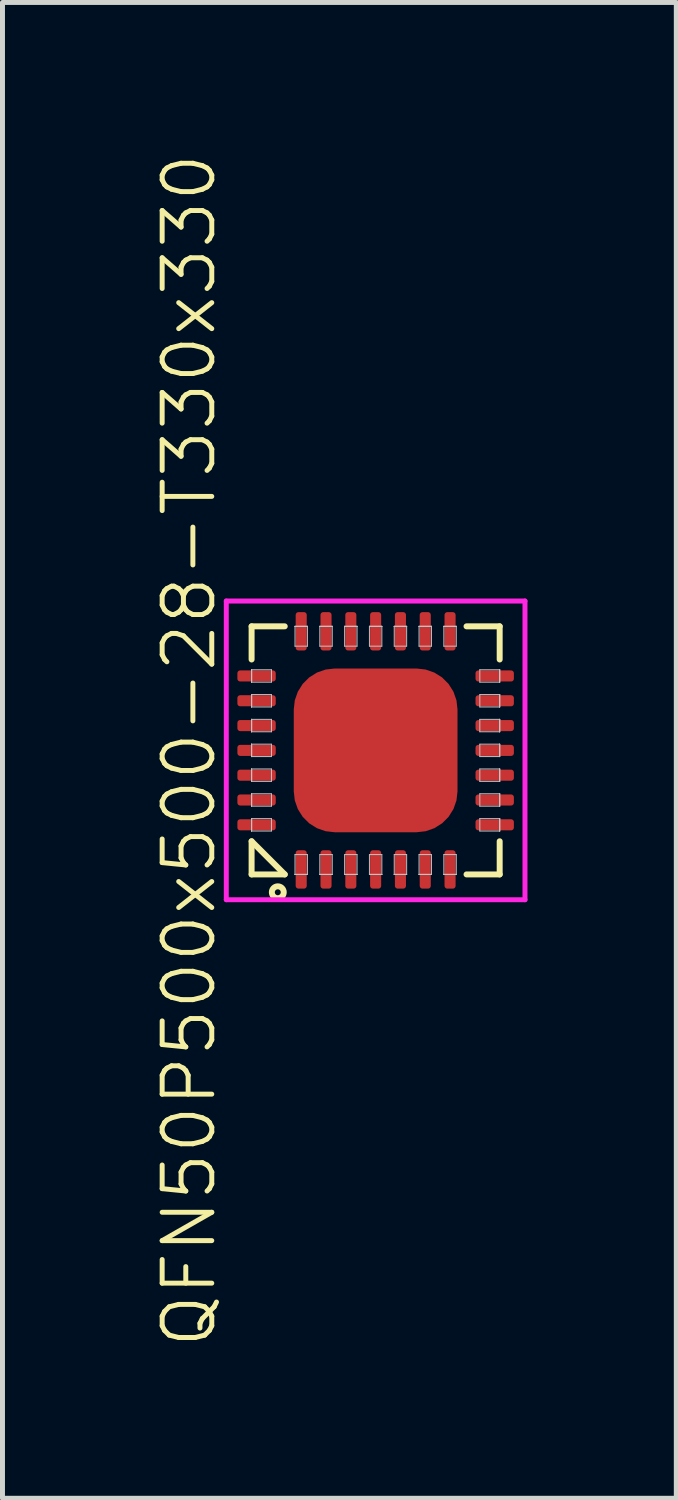
<source format=kicad_pcb>
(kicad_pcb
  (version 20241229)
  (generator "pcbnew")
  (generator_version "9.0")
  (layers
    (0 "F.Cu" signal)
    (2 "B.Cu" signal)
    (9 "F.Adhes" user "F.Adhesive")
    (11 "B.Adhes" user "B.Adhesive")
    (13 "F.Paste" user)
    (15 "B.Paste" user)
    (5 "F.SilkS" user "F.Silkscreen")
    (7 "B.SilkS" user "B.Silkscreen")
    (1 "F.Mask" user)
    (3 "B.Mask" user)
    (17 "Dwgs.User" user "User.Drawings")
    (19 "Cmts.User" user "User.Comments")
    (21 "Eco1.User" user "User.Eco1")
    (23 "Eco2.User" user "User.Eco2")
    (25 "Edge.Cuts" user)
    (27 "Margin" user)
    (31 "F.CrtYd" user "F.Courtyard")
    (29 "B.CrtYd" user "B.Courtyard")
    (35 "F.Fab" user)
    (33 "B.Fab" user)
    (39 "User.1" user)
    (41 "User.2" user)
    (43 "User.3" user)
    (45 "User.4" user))
  (footprint "QFN50P500x500-28-T330x330"
    (layer "F.Cu")
    (at 4.521 12.074)
    (property "Reference" "QFN50P500x500-28-T330x330" (at -3.76 0 90) (layer "F.SilkS") (effects (font (size 1 1) (thickness 0.1))))
    (attr through_hole)
    (fp_line (start -2.5 -2.5) (end -2.5 -1.832) (stroke (width 0.12) (type solid)) (layer "F.SilkS"))
    (fp_line (start -2.5 -2.5) (end -1.832 -2.5) (stroke (width 0.12) (type solid)) (layer "F.SilkS"))
    (fp_line (start -2.5 1.832) (end -1.832 2.5) (stroke (width 0.12) (type solid)) (layer "F.SilkS"))
    (fp_line (start -2.5 2.5) (end -2.5 1.832) (stroke (width 0.12) (type solid)) (layer "F.SilkS"))
    (fp_line (start -2.5 2.5) (end -1.832 2.5) (stroke (width 0.12) (type solid)) (layer "F.SilkS"))
    (fp_line (start 2.5 -2.5) (end 1.832 -2.5) (stroke (width 0.12) (type solid)) (layer "F.SilkS"))
    (fp_line (start 2.5 -2.5) (end 2.5 -1.832) (stroke (width 0.12) (type solid)) (layer "F.SilkS"))
    (fp_line (start 2.5 2.5) (end 1.832 2.5) (stroke (width 0.12) (type solid)) (layer "F.SilkS"))
    (fp_line (start 2.5 2.5) (end 2.5 1.832) (stroke (width 0.12) (type solid)) (layer "F.SilkS"))
    (fp_circle (center -1.972 2.86) (end -1.852 2.86) (stroke (width 0.12) (type solid)) (fill no) (layer "F.SilkS"))
    (fp_line (start -2.5 -1.625) (end -2.5 -1.625) (stroke (width 0.02) (type solid)) (layer "Dwgs.User"))
    (fp_line (start -2.5 -1.625) (end -2.5 -1.375) (stroke (width 0.02) (type solid)) (layer "Dwgs.User"))
    (fp_line (start -2.5 -1.625) (end -2.1 -1.625) (stroke (width 0.02) (type solid)) (layer "Dwgs.User"))
    (fp_line (start -2.5 -1.375) (end -2.5 -1.625) (stroke (width 0.02) (type solid)) (layer "Dwgs.User"))
    (fp_line (start -2.5 -1.375) (end -2.5 -1.625) (stroke (width 0.02) (type solid)) (layer "Dwgs.User"))
    (fp_line (start -2.5 -1.375) (end -2.5 -1.375) (stroke (width 0.02) (type solid)) (layer "Dwgs.User"))
    (fp_line (start -2.5 -1.125) (end -2.5 -1.125) (stroke (width 0.02) (type solid)) (layer "Dwgs.User"))
    (fp_line (start -2.5 -1.125) (end -2.5 -0.875) (stroke (width 0.02) (type solid)) (layer "Dwgs.User"))
    (fp_line (start -2.5 -1.125) (end -2.1 -1.125) (stroke (width 0.02) (type solid)) (layer "Dwgs.User"))
    (fp_line (start -2.5 -0.875) (end -2.5 -1.125) (stroke (width 0.02) (type solid)) (layer "Dwgs.User"))
    (fp_line (start -2.5 -0.875) (end -2.5 -1.125) (stroke (width 0.02) (type solid)) (layer "Dwgs.User"))
    (fp_line (start -2.5 -0.875) (end -2.5 -0.875) (stroke (width 0.02) (type solid)) (layer "Dwgs.User"))
    (fp_line (start -2.5 -0.625) (end -2.5 -0.625) (stroke (width 0.02) (type solid)) (layer "Dwgs.User"))
    (fp_line (start -2.5 -0.625) (end -2.5 -0.375) (stroke (width 0.02) (type solid)) (layer "Dwgs.User"))
    (fp_line (start -2.5 -0.625) (end -2.1 -0.625) (stroke (width 0.02) (type solid)) (layer "Dwgs.User"))
    (fp_line (start -2.5 -0.375) (end -2.5 -0.625) (stroke (width 0.02) (type solid)) (layer "Dwgs.User"))
    (fp_line (start -2.5 -0.375) (end -2.5 -0.625) (stroke (width 0.02) (type solid)) (layer "Dwgs.User"))
    (fp_line (start -2.5 -0.375) (end -2.5 -0.375) (stroke (width 0.02) (type solid)) (layer "Dwgs.User"))
    (fp_line (start -2.5 -0.125) (end -2.5 -0.125) (stroke (width 0.02) (type solid)) (layer "Dwgs.User"))
    (fp_line (start -2.5 -0.125) (end -2.5 0.125) (stroke (width 0.02) (type solid)) (layer "Dwgs.User"))
    (fp_line (start -2.5 -0.125) (end -2.1 -0.125) (stroke (width 0.02) (type solid)) (layer "Dwgs.User"))
    (fp_line (start -2.5 0.125) (end -2.5 -0.125) (stroke (width 0.02) (type solid)) (layer "Dwgs.User"))
    (fp_line (start -2.5 0.125) (end -2.5 -0.125) (stroke (width 0.02) (type solid)) (layer "Dwgs.User"))
    (fp_line (start -2.5 0.125) (end -2.5 0.125) (stroke (width 0.02) (type solid)) (layer "Dwgs.User"))
    (fp_line (start -2.5 0.375) (end -2.5 0.375) (stroke (width 0.02) (type solid)) (layer "Dwgs.User"))
    (fp_line (start -2.5 0.375) (end -2.5 0.625) (stroke (width 0.02) (type solid)) (layer "Dwgs.User"))
    (fp_line (start -2.5 0.375) (end -2.1 0.375) (stroke (width 0.02) (type solid)) (layer "Dwgs.User"))
    (fp_line (start -2.5 0.625) (end -2.5 0.375) (stroke (width 0.02) (type solid)) (layer "Dwgs.User"))
    (fp_line (start -2.5 0.625) (end -2.5 0.375) (stroke (width 0.02) (type solid)) (layer "Dwgs.User"))
    (fp_line (start -2.5 0.625) (end -2.5 0.625) (stroke (width 0.02) (type solid)) (layer "Dwgs.User"))
    (fp_line (start -2.5 0.875) (end -2.5 0.875) (stroke (width 0.02) (type solid)) (layer "Dwgs.User"))
    (fp_line (start -2.5 0.875) (end -2.5 1.125) (stroke (width 0.02) (type solid)) (layer "Dwgs.User"))
    (fp_line (start -2.5 0.875) (end -2.1 0.875) (stroke (width 0.02) (type solid)) (layer "Dwgs.User"))
    (fp_line (start -2.5 1.125) (end -2.5 0.875) (stroke (width 0.02) (type solid)) (layer "Dwgs.User"))
    (fp_line (start -2.5 1.125) (end -2.5 0.875) (stroke (width 0.02) (type solid)) (layer "Dwgs.User"))
    (fp_line (start -2.5 1.125) (end -2.5 1.125) (stroke (width 0.02) (type solid)) (layer "Dwgs.User"))
    (fp_line (start -2.5 1.375) (end -2.5 1.375) (stroke (width 0.02) (type solid)) (layer "Dwgs.User"))
    (fp_line (start -2.5 1.375) (end -2.5 1.625) (stroke (width 0.02) (type solid)) (layer "Dwgs.User"))
    (fp_line (start -2.5 1.375) (end -2.1 1.375) (stroke (width 0.02) (type solid)) (layer "Dwgs.User"))
    (fp_line (start -2.5 1.625) (end -2.5 1.375) (stroke (width 0.02) (type solid)) (layer "Dwgs.User"))
    (fp_line (start -2.5 1.625) (end -2.5 1.375) (stroke (width 0.02) (type solid)) (layer "Dwgs.User"))
    (fp_line (start -2.5 1.625) (end -2.5 1.625) (stroke (width 0.02) (type solid)) (layer "Dwgs.User"))
    (fp_line (start -2.1 -1.625) (end -2.1 -1.375) (stroke (width 0.02) (type solid)) (layer "Dwgs.User"))
    (fp_line (start -2.1 -1.375) (end -2.5 -1.375) (stroke (width 0.02) (type solid)) (layer "Dwgs.User"))
    (fp_line (start -2.1 -1.125) (end -2.1 -0.875) (stroke (width 0.02) (type solid)) (layer "Dwgs.User"))
    (fp_line (start -2.1 -0.875) (end -2.5 -0.875) (stroke (width 0.02) (type solid)) (layer "Dwgs.User"))
    (fp_line (start -2.1 -0.625) (end -2.1 -0.375) (stroke (width 0.02) (type solid)) (layer "Dwgs.User"))
    (fp_line (start -2.1 -0.375) (end -2.5 -0.375) (stroke (width 0.02) (type solid)) (layer "Dwgs.User"))
    (fp_line (start -2.1 -0.125) (end -2.1 0.125) (stroke (width 0.02) (type solid)) (layer "Dwgs.User"))
    (fp_line (start -2.1 0.125) (end -2.5 0.125) (stroke (width 0.02) (type solid)) (layer "Dwgs.User"))
    (fp_line (start -2.1 0.375) (end -2.1 0.625) (stroke (width 0.02) (type solid)) (layer "Dwgs.User"))
    (fp_line (start -2.1 0.625) (end -2.5 0.625) (stroke (width 0.02) (type solid)) (layer "Dwgs.User"))
    (fp_line (start -2.1 0.875) (end -2.1 1.125) (stroke (width 0.02) (type solid)) (layer "Dwgs.User"))
    (fp_line (start -2.1 1.125) (end -2.5 1.125) (stroke (width 0.02) (type solid)) (layer "Dwgs.User"))
    (fp_line (start -2.1 1.375) (end -2.1 1.625) (stroke (width 0.02) (type solid)) (layer "Dwgs.User"))
    (fp_line (start -2.1 1.625) (end -2.5 1.625) (stroke (width 0.02) (type solid)) (layer "Dwgs.User"))
    (fp_line (start -1.625 -2.5) (end -1.625 -2.5) (stroke (width 0.02) (type solid)) (layer "Dwgs.User"))
    (fp_line (start -1.625 -2.5) (end -1.375 -2.5) (stroke (width 0.02) (type solid)) (layer "Dwgs.User"))
    (fp_line (start -1.625 -2.5) (end -1.375 -2.5) (stroke (width 0.02) (type solid)) (layer "Dwgs.User"))
    (fp_line (start -1.625 -2.1) (end -1.625 -2.5) (stroke (width 0.02) (type solid)) (layer "Dwgs.User"))
    (fp_line (start -1.625 2.1) (end -1.625 2.5) (stroke (width 0.02) (type solid)) (layer "Dwgs.User"))
    (fp_line (start -1.625 2.5) (end -1.625 2.5) (stroke (width 0.02) (type solid)) (layer "Dwgs.User"))
    (fp_line (start -1.625 2.5) (end -1.375 2.5) (stroke (width 0.02) (type solid)) (layer "Dwgs.User"))
    (fp_line (start -1.625 2.5) (end -1.375 2.5) (stroke (width 0.02) (type solid)) (layer "Dwgs.User"))
    (fp_line (start -1.375 -2.5) (end -1.625 -2.5) (stroke (width 0.02) (type solid)) (layer "Dwgs.User"))
    (fp_line (start -1.375 -2.5) (end -1.375 -2.5) (stroke (width 0.02) (type solid)) (layer "Dwgs.User"))
    (fp_line (start -1.375 -2.5) (end -1.375 -2.1) (stroke (width 0.02) (type solid)) (layer "Dwgs.User"))
    (fp_line (start -1.375 -2.1) (end -1.625 -2.1) (stroke (width 0.02) (type solid)) (layer "Dwgs.User"))
    (fp_line (start -1.375 2.1) (end -1.625 2.1) (stroke (width 0.02) (type solid)) (layer "Dwgs.User"))
    (fp_line (start -1.375 2.5) (end -1.625 2.5) (stroke (width 0.02) (type solid)) (layer "Dwgs.User"))
    (fp_line (start -1.375 2.5) (end -1.375 2.1) (stroke (width 0.02) (type solid)) (layer "Dwgs.User"))
    (fp_line (start -1.375 2.5) (end -1.375 2.5) (stroke (width 0.02) (type solid)) (layer "Dwgs.User"))
    (fp_line (start -1.125 -2.5) (end -1.125 -2.5) (stroke (width 0.02) (type solid)) (layer "Dwgs.User"))
    (fp_line (start -1.125 -2.5) (end -0.875 -2.5) (stroke (width 0.02) (type solid)) (layer "Dwgs.User"))
    (fp_line (start -1.125 -2.5) (end -0.875 -2.5) (stroke (width 0.02) (type solid)) (layer "Dwgs.User"))
    (fp_line (start -1.125 -2.1) (end -1.125 -2.5) (stroke (width 0.02) (type solid)) (layer "Dwgs.User"))
    (fp_line (start -1.125 2.1) (end -1.125 2.5) (stroke (width 0.02) (type solid)) (layer "Dwgs.User"))
    (fp_line (start -1.125 2.5) (end -1.125 2.5) (stroke (width 0.02) (type solid)) (layer "Dwgs.User"))
    (fp_line (start -1.125 2.5) (end -0.875 2.5) (stroke (width 0.02) (type solid)) (layer "Dwgs.User"))
    (fp_line (start -1.125 2.5) (end -0.875 2.5) (stroke (width 0.02) (type solid)) (layer "Dwgs.User"))
    (fp_line (start -0.875 -2.5) (end -1.125 -2.5) (stroke (width 0.02) (type solid)) (layer "Dwgs.User"))
    (fp_line (start -0.875 -2.5) (end -0.875 -2.5) (stroke (width 0.02) (type solid)) (layer "Dwgs.User"))
    (fp_line (start -0.875 -2.5) (end -0.875 -2.1) (stroke (width 0.02) (type solid)) (layer "Dwgs.User"))
    (fp_line (start -0.875 -2.1) (end -1.125 -2.1) (stroke (width 0.02) (type solid)) (layer "Dwgs.User"))
    (fp_line (start -0.875 2.1) (end -1.125 2.1) (stroke (width 0.02) (type solid)) (layer "Dwgs.User"))
    (fp_line (start -0.875 2.5) (end -1.125 2.5) (stroke (width 0.02) (type solid)) (layer "Dwgs.User"))
    (fp_line (start -0.875 2.5) (end -0.875 2.1) (stroke (width 0.02) (type solid)) (layer "Dwgs.User"))
    (fp_line (start -0.875 2.5) (end -0.875 2.5) (stroke (width 0.02) (type solid)) (layer "Dwgs.User"))
    (fp_line (start -0.625 -2.5) (end -0.625 -2.5) (stroke (width 0.02) (type solid)) (layer "Dwgs.User"))
    (fp_line (start -0.625 -2.5) (end -0.375 -2.5) (stroke (width 0.02) (type solid)) (layer "Dwgs.User"))
    (fp_line (start -0.625 -2.5) (end -0.375 -2.5) (stroke (width 0.02) (type solid)) (layer "Dwgs.User"))
    (fp_line (start -0.625 -2.1) (end -0.625 -2.5) (stroke (width 0.02) (type solid)) (layer "Dwgs.User"))
    (fp_line (start -0.625 2.1) (end -0.625 2.5) (stroke (width 0.02) (type solid)) (layer "Dwgs.User"))
    (fp_line (start -0.625 2.5) (end -0.625 2.5) (stroke (width 0.02) (type solid)) (layer "Dwgs.User"))
    (fp_line (start -0.625 2.5) (end -0.375 2.5) (stroke (width 0.02) (type solid)) (layer "Dwgs.User"))
    (fp_line (start -0.625 2.5) (end -0.375 2.5) (stroke (width 0.02) (type solid)) (layer "Dwgs.User"))
    (fp_line (start -0.375 -2.5) (end -0.625 -2.5) (stroke (width 0.02) (type solid)) (layer "Dwgs.User"))
    (fp_line (start -0.375 -2.5) (end -0.375 -2.5) (stroke (width 0.02) (type solid)) (layer "Dwgs.User"))
    (fp_line (start -0.375 -2.5) (end -0.375 -2.1) (stroke (width 0.02) (type solid)) (layer "Dwgs.User"))
    (fp_line (start -0.375 -2.1) (end -0.625 -2.1) (stroke (width 0.02) (type solid)) (layer "Dwgs.User"))
    (fp_line (start -0.375 2.1) (end -0.625 2.1) (stroke (width 0.02) (type solid)) (layer "Dwgs.User"))
    (fp_line (start -0.375 2.5) (end -0.625 2.5) (stroke (width 0.02) (type solid)) (layer "Dwgs.User"))
    (fp_line (start -0.375 2.5) (end -0.375 2.1) (stroke (width 0.02) (type solid)) (layer "Dwgs.User"))
    (fp_line (start -0.375 2.5) (end -0.375 2.5) (stroke (width 0.02) (type solid)) (layer "Dwgs.User"))
    (fp_line (start -0.125 -2.5) (end -0.125 -2.5) (stroke (width 0.02) (type solid)) (layer "Dwgs.User"))
    (fp_line (start -0.125 -2.5) (end 0.125 -2.5) (stroke (width 0.02) (type solid)) (layer "Dwgs.User"))
    (fp_line (start -0.125 -2.5) (end 0.125 -2.5) (stroke (width 0.02) (type solid)) (layer "Dwgs.User"))
    (fp_line (start -0.125 -2.1) (end -0.125 -2.5) (stroke (width 0.02) (type solid)) (layer "Dwgs.User"))
    (fp_line (start -0.125 2.1) (end -0.125 2.5) (stroke (width 0.02) (type solid)) (layer "Dwgs.User"))
    (fp_line (start -0.125 2.5) (end -0.125 2.5) (stroke (width 0.02) (type solid)) (layer "Dwgs.User"))
    (fp_line (start -0.125 2.5) (end 0.125 2.5) (stroke (width 0.02) (type solid)) (layer "Dwgs.User"))
    (fp_line (start -0.125 2.5) (end 0.125 2.5) (stroke (width 0.02) (type solid)) (layer "Dwgs.User"))
    (fp_line (start 0.125 -2.5) (end -0.125 -2.5) (stroke (width 0.02) (type solid)) (layer "Dwgs.User"))
    (fp_line (start 0.125 -2.5) (end 0.125 -2.5) (stroke (width 0.02) (type solid)) (layer "Dwgs.User"))
    (fp_line (start 0.125 -2.5) (end 0.125 -2.1) (stroke (width 0.02) (type solid)) (layer "Dwgs.User"))
    (fp_line (start 0.125 -2.1) (end -0.125 -2.1) (stroke (width 0.02) (type solid)) (layer "Dwgs.User"))
    (fp_line (start 0.125 2.1) (end -0.125 2.1) (stroke (width 0.02) (type solid)) (layer "Dwgs.User"))
    (fp_line (start 0.125 2.5) (end -0.125 2.5) (stroke (width 0.02) (type solid)) (layer "Dwgs.User"))
    (fp_line (start 0.125 2.5) (end 0.125 2.1) (stroke (width 0.02) (type solid)) (layer "Dwgs.User"))
    (fp_line (start 0.125 2.5) (end 0.125 2.5) (stroke (width 0.02) (type solid)) (layer "Dwgs.User"))
    (fp_line (start 0.375 -2.5) (end 0.375 -2.5) (stroke (width 0.02) (type solid)) (layer "Dwgs.User"))
    (fp_line (start 0.375 -2.5) (end 0.625 -2.5) (stroke (width 0.02) (type solid)) (layer "Dwgs.User"))
    (fp_line (start 0.375 -2.5) (end 0.625 -2.5) (stroke (width 0.02) (type solid)) (layer "Dwgs.User"))
    (fp_line (start 0.375 -2.1) (end 0.375 -2.5) (stroke (width 0.02) (type solid)) (layer "Dwgs.User"))
    (fp_line (start 0.375 2.1) (end 0.375 2.5) (stroke (width 0.02) (type solid)) (layer "Dwgs.User"))
    (fp_line (start 0.375 2.5) (end 0.375 2.5) (stroke (width 0.02) (type solid)) (layer "Dwgs.User"))
    (fp_line (start 0.375 2.5) (end 0.625 2.5) (stroke (width 0.02) (type solid)) (layer "Dwgs.User"))
    (fp_line (start 0.375 2.5) (end 0.625 2.5) (stroke (width 0.02) (type solid)) (layer "Dwgs.User"))
    (fp_line (start 0.625 -2.5) (end 0.375 -2.5) (stroke (width 0.02) (type solid)) (layer "Dwgs.User"))
    (fp_line (start 0.625 -2.5) (end 0.625 -2.5) (stroke (width 0.02) (type solid)) (layer "Dwgs.User"))
    (fp_line (start 0.625 -2.5) (end 0.625 -2.1) (stroke (width 0.02) (type solid)) (layer "Dwgs.User"))
    (fp_line (start 0.625 -2.1) (end 0.375 -2.1) (stroke (width 0.02) (type solid)) (layer "Dwgs.User"))
    (fp_line (start 0.625 2.1) (end 0.375 2.1) (stroke (width 0.02) (type solid)) (layer "Dwgs.User"))
    (fp_line (start 0.625 2.5) (end 0.375 2.5) (stroke (width 0.02) (type solid)) (layer "Dwgs.User"))
    (fp_line (start 0.625 2.5) (end 0.625 2.1) (stroke (width 0.02) (type solid)) (layer "Dwgs.User"))
    (fp_line (start 0.625 2.5) (end 0.625 2.5) (stroke (width 0.02) (type solid)) (layer "Dwgs.User"))
    (fp_line (start 0.875 -2.5) (end 0.875 -2.5) (stroke (width 0.02) (type solid)) (layer "Dwgs.User"))
    (fp_line (start 0.875 -2.5) (end 1.125 -2.5) (stroke (width 0.02) (type solid)) (layer "Dwgs.User"))
    (fp_line (start 0.875 -2.5) (end 1.125 -2.5) (stroke (width 0.02) (type solid)) (layer "Dwgs.User"))
    (fp_line (start 0.875 -2.1) (end 0.875 -2.5) (stroke (width 0.02) (type solid)) (layer "Dwgs.User"))
    (fp_line (start 0.875 2.1) (end 0.875 2.5) (stroke (width 0.02) (type solid)) (layer "Dwgs.User"))
    (fp_line (start 0.875 2.5) (end 0.875 2.5) (stroke (width 0.02) (type solid)) (layer "Dwgs.User"))
    (fp_line (start 0.875 2.5) (end 1.125 2.5) (stroke (width 0.02) (type solid)) (layer "Dwgs.User"))
    (fp_line (start 0.875 2.5) (end 1.125 2.5) (stroke (width 0.02) (type solid)) (layer "Dwgs.User"))
    (fp_line (start 1.125 -2.5) (end 0.875 -2.5) (stroke (width 0.02) (type solid)) (layer "Dwgs.User"))
    (fp_line (start 1.125 -2.5) (end 1.125 -2.5) (stroke (width 0.02) (type solid)) (layer "Dwgs.User"))
    (fp_line (start 1.125 -2.5) (end 1.125 -2.1) (stroke (width 0.02) (type solid)) (layer "Dwgs.User"))
    (fp_line (start 1.125 -2.1) (end 0.875 -2.1) (stroke (width 0.02) (type solid)) (layer "Dwgs.User"))
    (fp_line (start 1.125 2.1) (end 0.875 2.1) (stroke (width 0.02) (type solid)) (layer "Dwgs.User"))
    (fp_line (start 1.125 2.5) (end 0.875 2.5) (stroke (width 0.02) (type solid)) (layer "Dwgs.User"))
    (fp_line (start 1.125 2.5) (end 1.125 2.1) (stroke (width 0.02) (type solid)) (layer "Dwgs.User"))
    (fp_line (start 1.125 2.5) (end 1.125 2.5) (stroke (width 0.02) (type solid)) (layer "Dwgs.User"))
    (fp_line (start 1.375 -2.5) (end 1.375 -2.5) (stroke (width 0.02) (type solid)) (layer "Dwgs.User"))
    (fp_line (start 1.375 -2.5) (end 1.625 -2.5) (stroke (width 0.02) (type solid)) (layer "Dwgs.User"))
    (fp_line (start 1.375 -2.5) (end 1.625 -2.5) (stroke (width 0.02) (type solid)) (layer "Dwgs.User"))
    (fp_line (start 1.375 -2.1) (end 1.375 -2.5) (stroke (width 0.02) (type solid)) (layer "Dwgs.User"))
    (fp_line (start 1.375 2.1) (end 1.375 2.5) (stroke (width 0.02) (type solid)) (layer "Dwgs.User"))
    (fp_line (start 1.375 2.5) (end 1.375 2.5) (stroke (width 0.02) (type solid)) (layer "Dwgs.User"))
    (fp_line (start 1.375 2.5) (end 1.625 2.5) (stroke (width 0.02) (type solid)) (layer "Dwgs.User"))
    (fp_line (start 1.375 2.5) (end 1.625 2.5) (stroke (width 0.02) (type solid)) (layer "Dwgs.User"))
    (fp_line (start 1.625 -2.5) (end 1.375 -2.5) (stroke (width 0.02) (type solid)) (layer "Dwgs.User"))
    (fp_line (start 1.625 -2.5) (end 1.625 -2.5) (stroke (width 0.02) (type solid)) (layer "Dwgs.User"))
    (fp_line (start 1.625 -2.5) (end 1.625 -2.1) (stroke (width 0.02) (type solid)) (layer "Dwgs.User"))
    (fp_line (start 1.625 -2.1) (end 1.375 -2.1) (stroke (width 0.02) (type solid)) (layer "Dwgs.User"))
    (fp_line (start 1.625 2.1) (end 1.375 2.1) (stroke (width 0.02) (type solid)) (layer "Dwgs.User"))
    (fp_line (start 1.625 2.5) (end 1.375 2.5) (stroke (width 0.02) (type solid)) (layer "Dwgs.User"))
    (fp_line (start 1.625 2.5) (end 1.625 2.1) (stroke (width 0.02) (type solid)) (layer "Dwgs.User"))
    (fp_line (start 1.625 2.5) (end 1.625 2.5) (stroke (width 0.02) (type solid)) (layer "Dwgs.User"))
    (fp_line (start 2.1 -1.625) (end 2.1 -1.375) (stroke (width 0.02) (type solid)) (layer "Dwgs.User"))
    (fp_line (start 2.1 -1.375) (end 2.5 -1.375) (stroke (width 0.02) (type solid)) (layer "Dwgs.User"))
    (fp_line (start 2.1 -1.125) (end 2.1 -0.875) (stroke (width 0.02) (type solid)) (layer "Dwgs.User"))
    (fp_line (start 2.1 -0.875) (end 2.5 -0.875) (stroke (width 0.02) (type solid)) (layer "Dwgs.User"))
    (fp_line (start 2.1 -0.625) (end 2.1 -0.375) (stroke (width 0.02) (type solid)) (layer "Dwgs.User"))
    (fp_line (start 2.1 -0.375) (end 2.5 -0.375) (stroke (width 0.02) (type solid)) (layer "Dwgs.User"))
    (fp_line (start 2.1 -0.125) (end 2.1 0.125) (stroke (width 0.02) (type solid)) (layer "Dwgs.User"))
    (fp_line (start 2.1 0.125) (end 2.5 0.125) (stroke (width 0.02) (type solid)) (layer "Dwgs.User"))
    (fp_line (start 2.1 0.375) (end 2.1 0.625) (stroke (width 0.02) (type solid)) (layer "Dwgs.User"))
    (fp_line (start 2.1 0.625) (end 2.5 0.625) (stroke (width 0.02) (type solid)) (layer "Dwgs.User"))
    (fp_line (start 2.1 0.875) (end 2.1 1.125) (stroke (width 0.02) (type solid)) (layer "Dwgs.User"))
    (fp_line (start 2.1 1.125) (end 2.5 1.125) (stroke (width 0.02) (type solid)) (layer "Dwgs.User"))
    (fp_line (start 2.1 1.375) (end 2.1 1.625) (stroke (width 0.02) (type solid)) (layer "Dwgs.User"))
    (fp_line (start 2.1 1.625) (end 2.5 1.625) (stroke (width 0.02) (type solid)) (layer "Dwgs.User"))
    (fp_line (start 2.5 -1.625) (end 2.1 -1.625) (stroke (width 0.02) (type solid)) (layer "Dwgs.User"))
    (fp_line (start 2.5 -1.625) (end 2.5 -1.625) (stroke (width 0.02) (type solid)) (layer "Dwgs.User"))
    (fp_line (start 2.5 -1.625) (end 2.5 -1.375) (stroke (width 0.02) (type solid)) (layer "Dwgs.User"))
    (fp_line (start 2.5 -1.375) (end 2.5 -1.625) (stroke (width 0.02) (type solid)) (layer "Dwgs.User"))
    (fp_line (start 2.5 -1.375) (end 2.5 -1.625) (stroke (width 0.02) (type solid)) (layer "Dwgs.User"))
    (fp_line (start 2.5 -1.375) (end 2.5 -1.375) (stroke (width 0.02) (type solid)) (layer "Dwgs.User"))
    (fp_line (start 2.5 -1.125) (end 2.1 -1.125) (stroke (width 0.02) (type solid)) (layer "Dwgs.User"))
    (fp_line (start 2.5 -1.125) (end 2.5 -1.125) (stroke (width 0.02) (type solid)) (layer "Dwgs.User"))
    (fp_line (start 2.5 -1.125) (end 2.5 -0.875) (stroke (width 0.02) (type solid)) (layer "Dwgs.User"))
    (fp_line (start 2.5 -0.875) (end 2.5 -1.125) (stroke (width 0.02) (type solid)) (layer "Dwgs.User"))
    (fp_line (start 2.5 -0.875) (end 2.5 -1.125) (stroke (width 0.02) (type solid)) (layer "Dwgs.User"))
    (fp_line (start 2.5 -0.875) (end 2.5 -0.875) (stroke (width 0.02) (type solid)) (layer "Dwgs.User"))
    (fp_line (start 2.5 -0.625) (end 2.1 -0.625) (stroke (width 0.02) (type solid)) (layer "Dwgs.User"))
    (fp_line (start 2.5 -0.625) (end 2.5 -0.625) (stroke (width 0.02) (type solid)) (layer "Dwgs.User"))
    (fp_line (start 2.5 -0.625) (end 2.5 -0.375) (stroke (width 0.02) (type solid)) (layer "Dwgs.User"))
    (fp_line (start 2.5 -0.375) (end 2.5 -0.625) (stroke (width 0.02) (type solid)) (layer "Dwgs.User"))
    (fp_line (start 2.5 -0.375) (end 2.5 -0.625) (stroke (width 0.02) (type solid)) (layer "Dwgs.User"))
    (fp_line (start 2.5 -0.375) (end 2.5 -0.375) (stroke (width 0.02) (type solid)) (layer "Dwgs.User"))
    (fp_line (start 2.5 -0.125) (end 2.1 -0.125) (stroke (width 0.02) (type solid)) (layer "Dwgs.User"))
    (fp_line (start 2.5 -0.125) (end 2.5 -0.125) (stroke (width 0.02) (type solid)) (layer "Dwgs.User"))
    (fp_line (start 2.5 -0.125) (end 2.5 0.125) (stroke (width 0.02) (type solid)) (layer "Dwgs.User"))
    (fp_line (start 2.5 0.125) (end 2.5 -0.125) (stroke (width 0.02) (type solid)) (layer "Dwgs.User"))
    (fp_line (start 2.5 0.125) (end 2.5 -0.125) (stroke (width 0.02) (type solid)) (layer "Dwgs.User"))
    (fp_line (start 2.5 0.125) (end 2.5 0.125) (stroke (width 0.02) (type solid)) (layer "Dwgs.User"))
    (fp_line (start 2.5 0.375) (end 2.1 0.375) (stroke (width 0.02) (type solid)) (layer "Dwgs.User"))
    (fp_line (start 2.5 0.375) (end 2.5 0.375) (stroke (width 0.02) (type solid)) (layer "Dwgs.User"))
    (fp_line (start 2.5 0.375) (end 2.5 0.625) (stroke (width 0.02) (type solid)) (layer "Dwgs.User"))
    (fp_line (start 2.5 0.625) (end 2.5 0.375) (stroke (width 0.02) (type solid)) (layer "Dwgs.User"))
    (fp_line (start 2.5 0.625) (end 2.5 0.375) (stroke (width 0.02) (type solid)) (layer "Dwgs.User"))
    (fp_line (start 2.5 0.625) (end 2.5 0.625) (stroke (width 0.02) (type solid)) (layer "Dwgs.User"))
    (fp_line (start 2.5 0.875) (end 2.1 0.875) (stroke (width 0.02) (type solid)) (layer "Dwgs.User"))
    (fp_line (start 2.5 0.875) (end 2.5 0.875) (stroke (width 0.02) (type solid)) (layer "Dwgs.User"))
    (fp_line (start 2.5 0.875) (end 2.5 1.125) (stroke (width 0.02) (type solid)) (layer "Dwgs.User"))
    (fp_line (start 2.5 1.125) (end 2.5 0.875) (stroke (width 0.02) (type solid)) (layer "Dwgs.User"))
    (fp_line (start 2.5 1.125) (end 2.5 0.875) (stroke (width 0.02) (type solid)) (layer "Dwgs.User"))
    (fp_line (start 2.5 1.125) (end 2.5 1.125) (stroke (width 0.02) (type solid)) (layer "Dwgs.User"))
    (fp_line (start 2.5 1.375) (end 2.1 1.375) (stroke (width 0.02) (type solid)) (layer "Dwgs.User"))
    (fp_line (start 2.5 1.375) (end 2.5 1.375) (stroke (width 0.02) (type solid)) (layer "Dwgs.User"))
    (fp_line (start 2.5 1.375) (end 2.5 1.625) (stroke (width 0.02) (type solid)) (layer "Dwgs.User"))
    (fp_line (start 2.5 1.625) (end 2.5 1.375) (stroke (width 0.02) (type solid)) (layer "Dwgs.User"))
    (fp_line (start 2.5 1.625) (end 2.5 1.375) (stroke (width 0.02) (type solid)) (layer "Dwgs.User"))
    (fp_line (start 2.5 1.625) (end 2.5 1.625) (stroke (width 0.02) (type solid)) (layer "Dwgs.User"))
    (fp_line (start -3.01 -3.01) (end -3.01 3.01) (stroke (width 0.1) (type solid)) (layer "F.CrtYd"))
    (fp_line (start -3.01 3.01) (end 3.01 3.01) (stroke (width 0.1) (type solid)) (layer "F.CrtYd"))
    (fp_line (start 3.01 -3.01) (end -3.01 -3.01) (stroke (width 0.1) (type solid)) (layer "F.CrtYd"))
    (fp_line (start 3.01 3.01) (end 3.01 -3.01) (stroke (width 0.1) (type solid)) (layer "F.CrtYd"))
    (pad "1" smd roundrect (at -1.5 2.4) (size 0.223 0.773) (layers "F.Cu" "F.Mask" "F.Paste") (roundrect_rratio 0.25))
    (pad "2" smd roundrect (at -1 2.4) (size 0.223 0.773) (layers "F.Cu" "F.Mask" "F.Paste") (roundrect_rratio 0.25))
    (pad "3" smd roundrect (at -0.5 2.4) (size 0.223 0.773) (layers "F.Cu" "F.Mask" "F.Paste") (roundrect_rratio 0.25))
    (pad "4" smd roundrect (at 0 2.4) (size 0.223 0.773) (layers "F.Cu" "F.Mask" "F.Paste") (roundrect_rratio 0.25))
    (pad "5" smd roundrect (at 0.5 2.4) (size 0.223 0.773) (layers "F.Cu" "F.Mask" "F.Paste") (roundrect_rratio 0.25))
    (pad "6" smd roundrect (at 1 2.4) (size 0.223 0.773) (layers "F.Cu" "F.Mask" "F.Paste") (roundrect_rratio 0.25))
    (pad "7" smd roundrect (at 1.5 2.4) (size 0.223 0.773) (layers "F.Cu" "F.Mask" "F.Paste") (roundrect_rratio 0.25))
    (pad "8" smd roundrect (at 2.4 1.5) (size 0.773 0.223) (layers "F.Cu" "F.Mask" "F.Paste") (roundrect_rratio 0.25))
    (pad "9" smd roundrect (at 2.4 1) (size 0.773 0.223) (layers "F.Cu" "F.Mask" "F.Paste") (roundrect_rratio 0.25))
    (pad "10" smd roundrect (at 2.4 0.5) (size 0.773 0.223) (layers "F.Cu" "F.Mask" "F.Paste") (roundrect_rratio 0.25))
    (pad "11" smd roundrect (at 2.4 0) (size 0.773 0.223) (layers "F.Cu" "F.Mask" "F.Paste") (roundrect_rratio 0.25))
    (pad "12" smd roundrect (at 2.4 -0.5) (size 0.773 0.223) (layers "F.Cu" "F.Mask" "F.Paste") (roundrect_rratio 0.25))
    (pad "13" smd roundrect (at 2.4 -1) (size 0.773 0.223) (layers "F.Cu" "F.Mask" "F.Paste") (roundrect_rratio 0.25))
    (pad "14" smd roundrect (at 2.4 -1.5) (size 0.773 0.223) (layers "F.Cu" "F.Mask" "F.Paste") (roundrect_rratio 0.25))
    (pad "15" smd roundrect (at 1.5 -2.4) (size 0.223 0.773) (layers "F.Cu" "F.Mask" "F.Paste") (roundrect_rratio 0.25))
    (pad "16" smd roundrect (at 1 -2.4) (size 0.223 0.773) (layers "F.Cu" "F.Mask" "F.Paste") (roundrect_rratio 0.25))
    (pad "17" smd roundrect (at 0.5 -2.4) (size 0.223 0.773) (layers "F.Cu" "F.Mask" "F.Paste") (roundrect_rratio 0.25))
    (pad "18" smd roundrect (at 0 -2.4) (size 0.223 0.773) (layers "F.Cu" "F.Mask" "F.Paste") (roundrect_rratio 0.25))
    (pad "19" smd roundrect (at -0.5 -2.4) (size 0.223 0.773) (layers "F.Cu" "F.Mask" "F.Paste") (roundrect_rratio 0.25))
    (pad "20" smd roundrect (at -1 -2.4) (size 0.223 0.773) (layers "F.Cu" "F.Mask" "F.Paste") (roundrect_rratio 0.25))
    (pad "21" smd roundrect (at -1.5 -2.4) (size 0.223 0.773) (layers "F.Cu" "F.Mask" "F.Paste") (roundrect_rratio 0.25))
    (pad "22" smd roundrect (at -2.4 -1.5) (size 0.773 0.223) (layers "F.Cu" "F.Mask" "F.Paste") (roundrect_rratio 0.25))
    (pad "23" smd roundrect (at -2.4 -1) (size 0.773 0.223) (layers "F.Cu" "F.Mask" "F.Paste") (roundrect_rratio 0.25))
    (pad "24" smd roundrect (at -2.4 -0.5) (size 0.773 0.223) (layers "F.Cu" "F.Mask" "F.Paste") (roundrect_rratio 0.25))
    (pad "25" smd roundrect (at -2.4 0) (size 0.773 0.223) (layers "F.Cu" "F.Mask" "F.Paste") (roundrect_rratio 0.25))
    (pad "26" smd roundrect (at -2.4 0.5) (size 0.773 0.223) (layers "F.Cu" "F.Mask" "F.Paste") (roundrect_rratio 0.25))
    (pad "27" smd roundrect (at -2.4 1) (size 0.773 0.223) (layers "F.Cu" "F.Mask" "F.Paste") (roundrect_rratio 0.25))
    (pad "28" smd roundrect (at -2.4 1.5) (size 0.773 0.223) (layers "F.Cu" "F.Mask" "F.Paste") (roundrect_rratio 0.25))
    (pad "EP" smd roundrect (at 0 0) (size 3.3 3.3) (layers "F.Cu" "F.Mask" "F.Paste") (roundrect_rratio 0.25)))
  (gr_rect
    (start -3 -3)
    (end 10.581 27.148)
    (stroke (width 0.1) (type default))
    (fill no)
    (layer "Edge.Cuts")))
</source>
